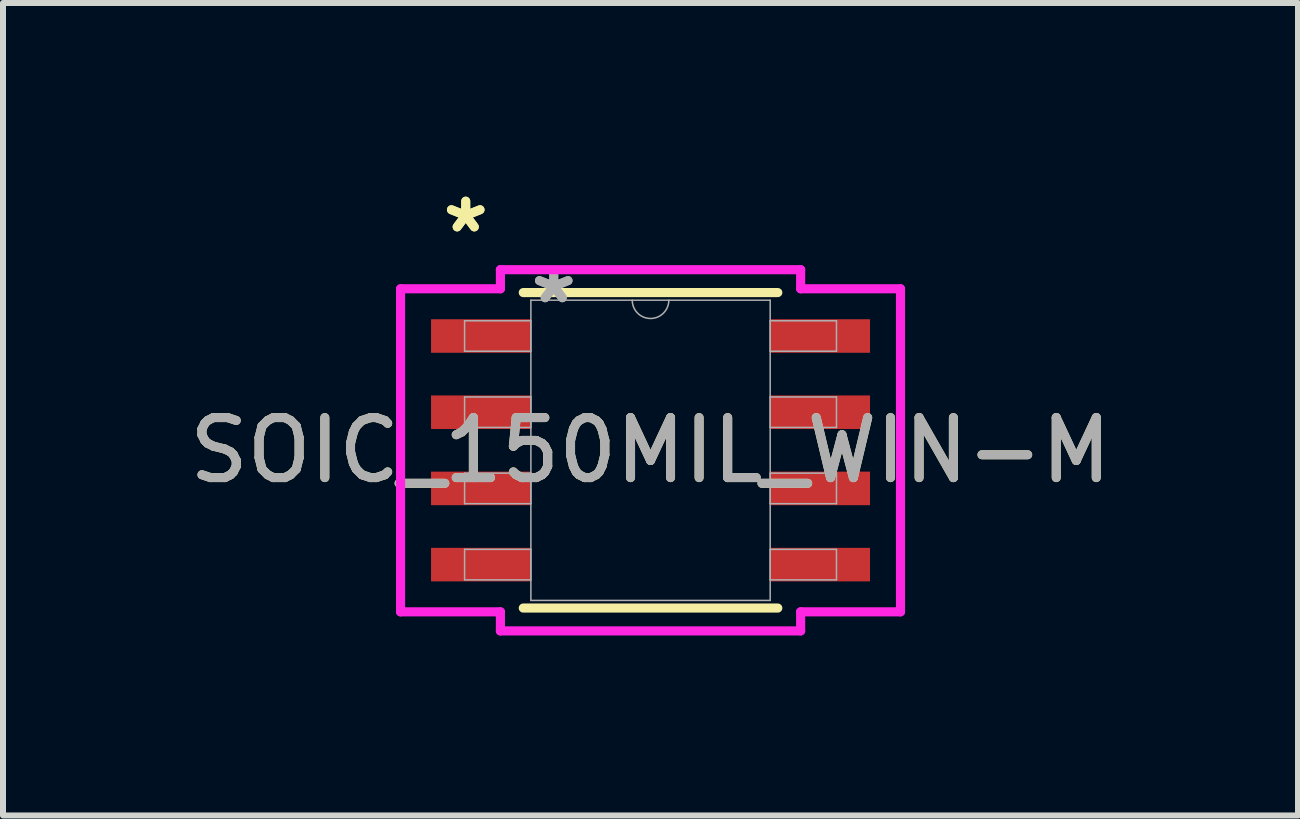
<source format=kicad_pcb>
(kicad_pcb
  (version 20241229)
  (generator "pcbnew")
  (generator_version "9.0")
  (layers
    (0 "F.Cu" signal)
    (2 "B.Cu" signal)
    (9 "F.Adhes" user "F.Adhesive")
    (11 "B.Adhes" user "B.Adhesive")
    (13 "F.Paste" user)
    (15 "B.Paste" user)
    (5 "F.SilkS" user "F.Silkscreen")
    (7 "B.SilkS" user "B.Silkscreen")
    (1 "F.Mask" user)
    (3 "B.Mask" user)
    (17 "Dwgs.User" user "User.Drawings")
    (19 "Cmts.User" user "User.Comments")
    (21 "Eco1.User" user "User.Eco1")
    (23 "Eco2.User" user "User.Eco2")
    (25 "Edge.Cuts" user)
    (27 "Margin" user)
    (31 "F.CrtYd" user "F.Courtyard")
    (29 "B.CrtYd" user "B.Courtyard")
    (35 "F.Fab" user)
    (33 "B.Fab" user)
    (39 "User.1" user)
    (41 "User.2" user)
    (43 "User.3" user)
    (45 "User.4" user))
  (footprint "SOIC_150MIL_WIN-M"
    (layer "F.Cu")
    (at 7.792 4.455)
    (property "Reference" "SOIC_150MIL_WIN-M" (at 0 0 0) (unlocked yes) (layer "F.SilkS") (effects (font (size 1 1) (thickness 0.15))))
    (attr smd)
    (fp_line (start -2.121 2.629) (end 2.121 2.629) (stroke (width 0.152) (type solid)) (layer "F.SilkS"))
    (fp_line (start 2.121 -2.629) (end -2.121 -2.629) (stroke (width 0.152) (type solid)) (layer "F.SilkS"))
    (fp_line (start -4.166 -2.692) (end -2.502 -2.692) (stroke (width 0.152) (type solid)) (layer "F.CrtYd"))
    (fp_line (start -4.166 2.692) (end -4.166 -2.692) (stroke (width 0.152) (type solid)) (layer "F.CrtYd"))
    (fp_line (start -4.166 2.692) (end -2.502 2.692) (stroke (width 0.152) (type solid)) (layer "F.CrtYd"))
    (fp_line (start -2.502 -3.01) (end 2.502 -3.01) (stroke (width 0.152) (type solid)) (layer "F.CrtYd"))
    (fp_line (start -2.502 -2.692) (end -2.502 -3.01) (stroke (width 0.152) (type solid)) (layer "F.CrtYd"))
    (fp_line (start -2.502 3.01) (end -2.502 2.692) (stroke (width 0.152) (type solid)) (layer "F.CrtYd"))
    (fp_line (start 2.502 -3.01) (end 2.502 -2.692) (stroke (width 0.152) (type solid)) (layer "F.CrtYd"))
    (fp_line (start 2.502 2.692) (end 2.502 3.01) (stroke (width 0.152) (type solid)) (layer "F.CrtYd"))
    (fp_line (start 2.502 3.01) (end -2.502 3.01) (stroke (width 0.152) (type solid)) (layer "F.CrtYd"))
    (fp_line (start 4.166 -2.692) (end 2.502 -2.692) (stroke (width 0.152) (type solid)) (layer "F.CrtYd"))
    (fp_line (start 4.166 -2.692) (end 4.166 2.692) (stroke (width 0.152) (type solid)) (layer "F.CrtYd"))
    (fp_line (start 4.166 2.692) (end 2.502 2.692) (stroke (width 0.152) (type solid)) (layer "F.CrtYd"))
    (fp_line (start -3.099 -2.159) (end -3.099 -1.651) (stroke (width 0.025) (type solid)) (layer "F.Fab"))
    (fp_line (start -3.099 -1.651) (end -1.994 -1.651) (stroke (width 0.025) (type solid)) (layer "F.Fab"))
    (fp_line (start -3.099 -0.889) (end -3.099 -0.381) (stroke (width 0.025) (type solid)) (layer "F.Fab"))
    (fp_line (start -3.099 -0.381) (end -1.994 -0.381) (stroke (width 0.025) (type solid)) (layer "F.Fab"))
    (fp_line (start -3.099 0.381) (end -3.099 0.889) (stroke (width 0.025) (type solid)) (layer "F.Fab"))
    (fp_line (start -3.099 0.889) (end -1.994 0.889) (stroke (width 0.025) (type solid)) (layer "F.Fab"))
    (fp_line (start -3.099 1.651) (end -3.099 2.159) (stroke (width 0.025) (type solid)) (layer "F.Fab"))
    (fp_line (start -3.099 2.159) (end -1.994 2.159) (stroke (width 0.025) (type solid)) (layer "F.Fab"))
    (fp_line (start -1.994 -2.502) (end -1.994 2.502) (stroke (width 0.025) (type solid)) (layer "F.Fab"))
    (fp_line (start -1.994 -2.159) (end -3.099 -2.159) (stroke (width 0.025) (type solid)) (layer "F.Fab"))
    (fp_line (start -1.994 -1.651) (end -1.994 -2.159) (stroke (width 0.025) (type solid)) (layer "F.Fab"))
    (fp_line (start -1.994 -0.889) (end -3.099 -0.889) (stroke (width 0.025) (type solid)) (layer "F.Fab"))
    (fp_line (start -1.994 -0.381) (end -1.994 -0.889) (stroke (width 0.025) (type solid)) (layer "F.Fab"))
    (fp_line (start -1.994 0.381) (end -3.099 0.381) (stroke (width 0.025) (type solid)) (layer "F.Fab"))
    (fp_line (start -1.994 0.889) (end -1.994 0.381) (stroke (width 0.025) (type solid)) (layer "F.Fab"))
    (fp_line (start -1.994 1.651) (end -3.099 1.651) (stroke (width 0.025) (type solid)) (layer "F.Fab"))
    (fp_line (start -1.994 2.159) (end -1.994 1.651) (stroke (width 0.025) (type solid)) (layer "F.Fab"))
    (fp_line (start -1.994 2.502) (end 1.994 2.502) (stroke (width 0.025) (type solid)) (layer "F.Fab"))
    (fp_line (start 1.994 -2.502) (end -1.994 -2.502) (stroke (width 0.025) (type solid)) (layer "F.Fab"))
    (fp_line (start 1.994 -2.159) (end 1.994 -1.651) (stroke (width 0.025) (type solid)) (layer "F.Fab"))
    (fp_line (start 1.994 -1.651) (end 3.099 -1.651) (stroke (width 0.025) (type solid)) (layer "F.Fab"))
    (fp_line (start 1.994 -0.889) (end 1.994 -0.381) (stroke (width 0.025) (type solid)) (layer "F.Fab"))
    (fp_line (start 1.994 -0.381) (end 3.099 -0.381) (stroke (width 0.025) (type solid)) (layer "F.Fab"))
    (fp_line (start 1.994 0.381) (end 1.994 0.889) (stroke (width 0.025) (type solid)) (layer "F.Fab"))
    (fp_line (start 1.994 0.889) (end 3.099 0.889) (stroke (width 0.025) (type solid)) (layer "F.Fab"))
    (fp_line (start 1.994 1.651) (end 1.994 2.159) (stroke (width 0.025) (type solid)) (layer "F.Fab"))
    (fp_line (start 1.994 2.159) (end 3.099 2.159) (stroke (width 0.025) (type solid)) (layer "F.Fab"))
    (fp_line (start 1.994 2.502) (end 1.994 -2.502) (stroke (width 0.025) (type solid)) (layer "F.Fab"))
    (fp_line (start 3.099 -2.159) (end 1.994 -2.159) (stroke (width 0.025) (type solid)) (layer "F.Fab"))
    (fp_line (start 3.099 -1.651) (end 3.099 -2.159) (stroke (width 0.025) (type solid)) (layer "F.Fab"))
    (fp_line (start 3.099 -0.889) (end 1.994 -0.889) (stroke (width 0.025) (type solid)) (layer "F.Fab"))
    (fp_line (start 3.099 -0.381) (end 3.099 -0.889) (stroke (width 0.025) (type solid)) (layer "F.Fab"))
    (fp_line (start 3.099 0.381) (end 1.994 0.381) (stroke (width 0.025) (type solid)) (layer "F.Fab"))
    (fp_line (start 3.099 0.889) (end 3.099 0.381) (stroke (width 0.025) (type solid)) (layer "F.Fab"))
    (fp_line (start 3.099 1.651) (end 1.994 1.651) (stroke (width 0.025) (type solid)) (layer "F.Fab"))
    (fp_line (start 3.099 2.159) (end 3.099 1.651) (stroke (width 0.025) (type solid)) (layer "F.Fab"))
    (fp_arc (start 0.3048 -2.5019) (mid 0 -2.1971) (end -0.3048 -2.5019) (stroke (width 0.0254) (type solid)) (layer "F.Fab"))
    (fp_text user "*" (at -3.08 -3.607 0) (layer "F.SilkS") (effects (font (size 1 1) (thickness 0.15))))
    (fp_text user "*" (at -3.08 -3.607 0) (unlocked yes) (layer "F.SilkS") (effects (font (size 1 1) (thickness 0.15))))
    (fp_text user "*" (at -1.613 -2.426 0) (unlocked yes) (layer "F.Fab") (effects (font (size 1 1) (thickness 0.15))))
    (fp_text user "*" (at -1.613 -2.426 0) (layer "F.Fab") (effects (font (size 1 1) (thickness 0.15))))
    (fp_text user "${REFERENCE}" (at 0 0 0) (unlocked yes) (layer "F.Fab") (effects (font (size 1 1) (thickness 0.15))))
    (pad "1" smd rect (at -2.826 -1.905) (size 1.664 0.559) (layers "F.Cu" "F.Mask" "F.Paste"))
    (pad "2" smd rect (at -2.826 -0.635) (size 1.664 0.559) (layers "F.Cu" "F.Mask" "F.Paste"))
    (pad "3" smd rect (at -2.826 0.635) (size 1.664 0.559) (layers "F.Cu" "F.Mask" "F.Paste"))
    (pad "4" smd rect (at -2.826 1.905) (size 1.664 0.559) (layers "F.Cu" "F.Mask" "F.Paste"))
    (pad "5" smd rect (at 2.826 1.905) (size 1.664 0.559) (layers "F.Cu" "F.Mask" "F.Paste"))
    (pad "6" smd rect (at 2.826 0.635) (size 1.664 0.559) (layers "F.Cu" "F.Mask" "F.Paste"))
    (pad "7" smd rect (at 2.826 -0.635) (size 1.664 0.559) (layers "F.Cu" "F.Mask" "F.Paste"))
    (pad "8" smd rect (at 2.826 -1.905) (size 1.664 0.559) (layers "F.Cu" "F.Mask" "F.Paste")))
  (gr_rect
    (start -3 -3)
    (end 18.583 10.541)
    (stroke (width 0.1) (type default))
    (fill no)
    (layer "Edge.Cuts")))
</source>
